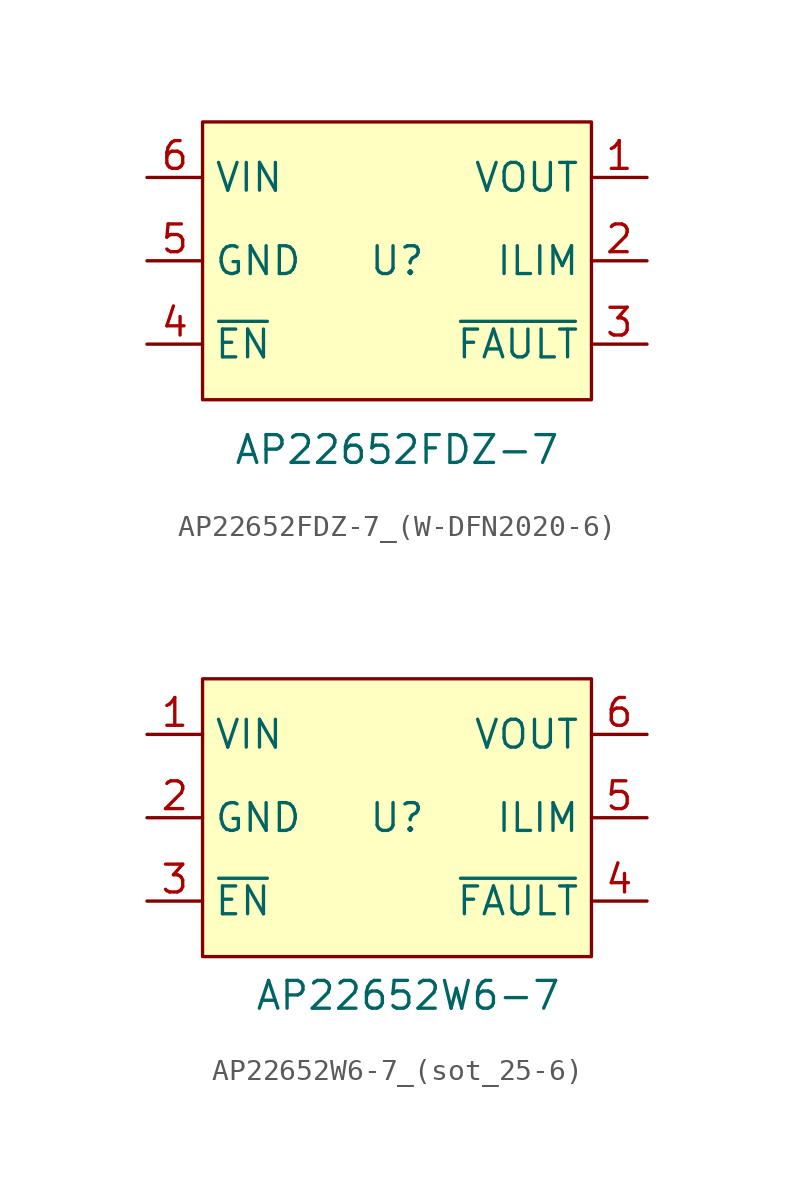
<source format=kicad_sym>
(kicad_symbol_lib
  (version 20231120)
  (generator "kicad_symbol_editor")
  (generator_version "8.0")
  (symbol "AP22652FDZ-7_(W-DFN2020-6)"
    (property "Reference" "U"
      (at 0 0 0)
      (effects (font (size 1.27 1.27))))
    (property "Value" "AP22652FDZ-7"
      (at 0 -8.636 0)
      (effects (font (size 1.27 1.27))))
    (symbol "AP22652FDZ-7_(W-DFN2020-6)_1_1"
      (rectangle (start -8.89 6.35) (end 8.89 -6.35) (stroke (width 0) (type default)) (fill (type background)))
      (pin power_out line (at 11.43 3.81 180) (length 2.54) (name "VOUT" (effects (font (size 1.27 1.27)))) (number "1" (effects (font (size 1.27 1.27)))))
      (pin input line (at 11.43 0 180) (length 2.54) (name "ILIM" (effects (font (size 1.27 1.27)))) (number "2" (effects (font (size 1.27 1.27)))))
      (pin output line (at 11.43 -3.81 180) (length 2.54) (name "~{FAULT}" (effects (font (size 1.27 1.27)))) (number "3" (effects (font (size 1.27 1.27)))))
      (pin input line (at -11.43 -3.81 0) (length 2.54) (name "~{EN}" (effects (font (size 1.27 1.27)))) (number "4" (effects (font (size 1.27 1.27)))))
      (pin power_in line (at -11.43 0 0) (length 2.54) (name "GND" (effects (font (size 1.27 1.27)))) (number "5" (effects (font (size 1.27 1.27)))))
      (pin power_in line (at -11.43 3.81 0) (length 2.54) (name "VIN" (effects (font (size 1.27 1.27)))) (number "6" (effects (font (size 1.27 1.27)))))))
  (symbol "AP22652W6-7_(sot_25-6)"
    (property "Reference" "U"
      (at 0 0 0)
      (effects (font (size 1.27 1.27))))
    (property "Value" "AP22652W6-7"
      (at 0.508 -8.128 0)
      (effects (font (size 1.27 1.27))))
    (symbol "AP22652W6-7_(sot_25-6)_1_1"
      (rectangle (start -8.89 6.35) (end 8.89 -6.35) (stroke (width 0) (type default)) (fill (type background)))
      (pin power_in line (at -11.43 3.81 0) (length 2.54) (name "VIN" (effects (font (size 1.27 1.27)))) (number "1" (effects (font (size 1.27 1.27)))))
      (pin power_in line (at -11.43 0 0) (length 2.54) (name "GND" (effects (font (size 1.27 1.27)))) (number "2" (effects (font (size 1.27 1.27)))))
      (pin input line (at -11.43 -3.81 0) (length 2.54) (name "~{EN}" (effects (font (size 1.27 1.27)))) (number "3" (effects (font (size 1.27 1.27)))))
      (pin output line (at 11.43 -3.81 180) (length 2.54) (name "~{FAULT}" (effects (font (size 1.27 1.27)))) (number "4" (effects (font (size 1.27 1.27)))))
      (pin input line (at 11.43 0 180) (length 2.54) (name "ILIM" (effects (font (size 1.27 1.27)))) (number "5" (effects (font (size 1.27 1.27)))))
      (pin power_out line (at 11.43 3.81 180) (length 2.54) (name "VOUT" (effects (font (size 1.27 1.27)))) (number "6" (effects (font (size 1.27 1.27))))))))
</source>
